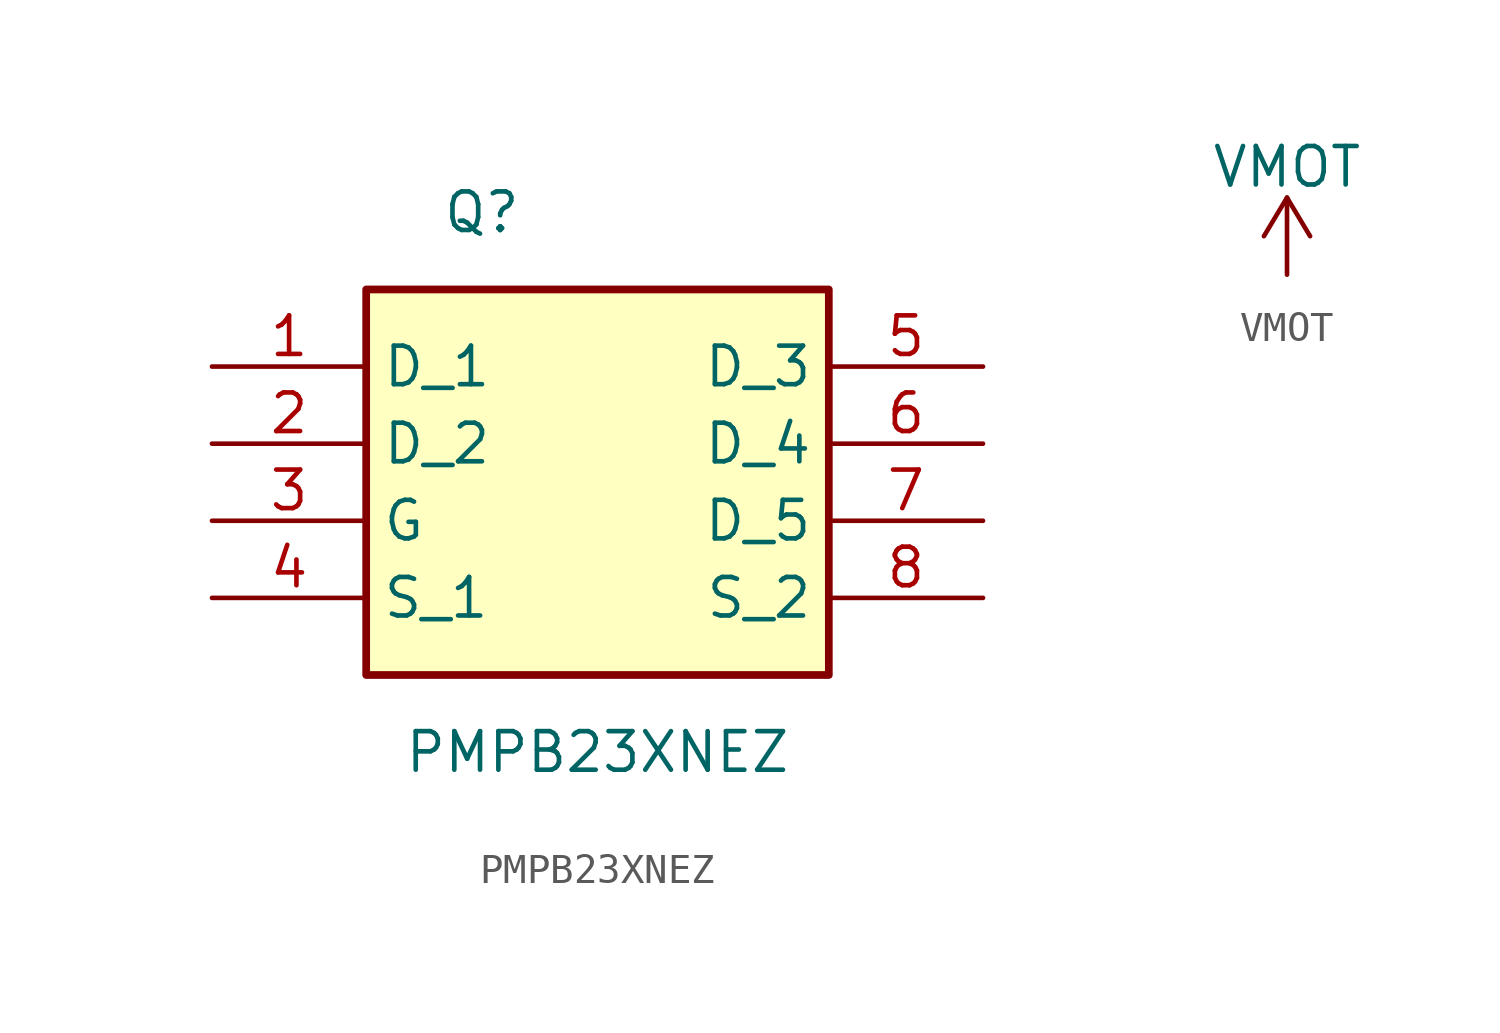
<source format=kicad_sym>
(kicad_symbol_lib
  (version 20211014)
  (generator kicad_symbol_editor)
  (symbol "PMPB23XNEZ"
    (property "Reference" "Q"
      (at 8.89 5.08 0)
      (effects (font (size 1.27 1.27))))
    (property "Value" "PMPB23XNEZ"
      (at 12.7 -12.7 0)
      (effects (font (size 1.27 1.27))))
    (symbol "PMPB23XNEZ_1_1"
      (rectangle (start 5.08 2.54) (end 20.32 -10.16) (stroke (width 0.254) (type default) (color 0 0 0 0)) (fill (type background)))
      (pin passive line (at 0 0 0) (length 5.08) (name "D_1" (effects (font (size 1.27 1.27)))) (number "1" (effects (font (size 1.27 1.27)))))
      (pin passive line (at 0 -2.54 0) (length 5.08) (name "D_2" (effects (font (size 1.27 1.27)))) (number "2" (effects (font (size 1.27 1.27)))))
      (pin passive line (at 0 -5.08 0) (length 5.08) (name "G" (effects (font (size 1.27 1.27)))) (number "3" (effects (font (size 1.27 1.27)))))
      (pin passive line (at 0 -7.62 0) (length 5.08) (name "S_1" (effects (font (size 1.27 1.27)))) (number "4" (effects (font (size 1.27 1.27)))))
      (pin passive line (at 25.4 0 180) (length 5.08) (name "D_3" (effects (font (size 1.27 1.27)))) (number "5" (effects (font (size 1.27 1.27)))))
      (pin passive line (at 25.4 -2.54 180) (length 5.08) (name "D_4" (effects (font (size 1.27 1.27)))) (number "6" (effects (font (size 1.27 1.27)))))
      (pin passive line (at 25.4 -5.08 180) (length 5.08) (name "D_5" (effects (font (size 1.27 1.27)))) (number "7" (effects (font (size 1.27 1.27)))))
      (pin passive line (at 25.4 -7.62 180) (length 5.08) (name "S_2" (effects (font (size 1.27 1.27)))) (number "8" (effects (font (size 1.27 1.27)))))))
  (symbol "VMOT"
    (power)
    (pin_names
      (offset 0))
    (property "Reference" "#PWR"
      (at 0 -3.81 0)
      (effects (font (size 1.27 1.27)) hide))
    (property "Value" "VMOT"
      (at 0 3.556 0)
      (effects (font (size 1.27 1.27))))
    (symbol "VMOT_0_1"
      (polyline (pts (xy -0.762 1.27) (xy 0 2.54)) (stroke (width 0) (type default) (color 0 0 0 0)) (fill (type none)))
      (polyline (pts (xy 0 0) (xy 0 2.54)) (stroke (width 0) (type default) (color 0 0 0 0)) (fill (type none)))
      (polyline (pts (xy 0 2.54) (xy 0.762 1.27)) (stroke (width 0) (type default) (color 0 0 0 0)) (fill (type none))))
    (symbol "VMOT_1_1"
      (pin power_in line (at 0 0 90) (length 0) hide (name "VMOT" (effects (font (size 1.27 1.27)))) (number "1" (effects (font (size 1.27 1.27))))))))
</source>
